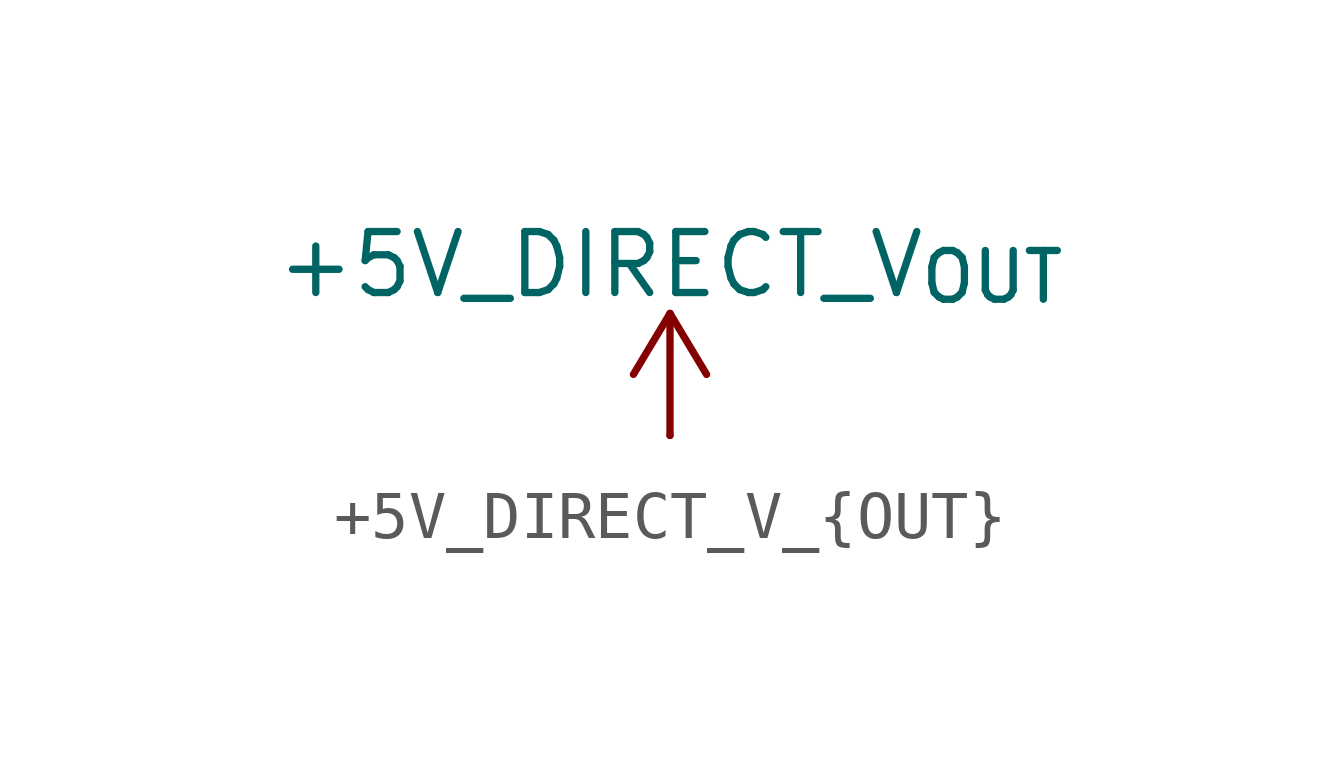
<source format=kicad_sym>
(kicad_symbol_lib
  (version 20231120)
  (generator "kicad_symbol_editor")
  (generator_version "8.0")
  (symbol "+5V_DIRECT_V_{OUT}"
    (power)
    (pin_numbers hide)
    (pin_names
      (offset 0) hide)
    (property "Reference" "#PWR"
      (at 0 -3.81 0)
      (effects (font (size 1.27 1.27)) (hide yes)))
    (property "Value" "+5V_DIRECT_V_{OUT}"
      (at 0 3.556 0)
      (effects (font (size 1.27 1.27))))
    (symbol "+5V_DIRECT_V_{OUT}_0_1"
      (polyline (pts (xy -0.762 1.27) (xy 0 2.54)) (stroke (width 0) (type default)) (fill (type none)))
      (polyline (pts (xy 0 0) (xy 0 2.54)) (stroke (width 0) (type default)) (fill (type none)))
      (polyline (pts (xy 0 2.54) (xy 0.762 1.27)) (stroke (width 0) (type default)) (fill (type none))))
    (symbol "+5V_DIRECT_V_{OUT}_1_1"
      (pin power_in line (at 0 0 90) (length 0) (name "~" (effects (font (size 1.27 1.27)))) (number "1" (effects (font (size 1.27 1.27))))))))
</source>
